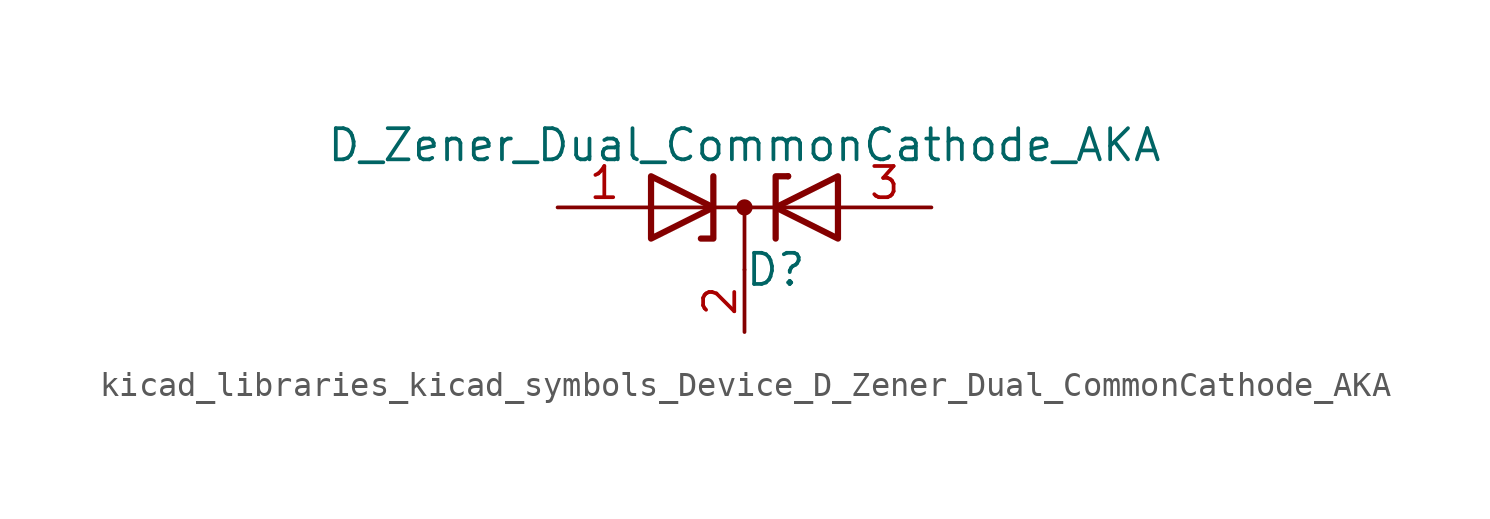
<source format=kicad_sym>
(kicad_symbol_lib
  (version 20220914)
  (generator kicad_symbol_editor)
  (symbol "kicad_libraries_kicad_symbols_Device_D_Zener_Dual_CommonCathode_AKA"
    (pin_names
      (offset 0.762) hide)
    (property "Reference" "D"
      (at 1.27 -2.54 0)
      (effects (font (size 1.27 1.27))))
    (property "Value" "D_Zener_Dual_CommonCathode_AKA"
      (at 0 2.54 0)
      (effects (font (size 1.27 1.27))))
    (symbol "kicad_libraries_kicad_symbols_Device_D_Zener_Dual_CommonCathode_AKA_0_1"
      (polyline (pts (xy 0 0) (xy 0 -2.54)) (stroke (width 0) (type default)) (fill (type none)))
      (polyline (pts (xy 1.778 1.27) (xy 1.778 1.27)) (stroke (width 0.254) (type default)) (fill (type none)))
      (polyline (pts (xy 3.81 0) (xy -3.81 0)) (stroke (width 0) (type default)) (fill (type none)))
      (polyline (pts (xy -1.778 -1.27) (xy -1.27 -1.27) (xy -1.27 1.27)) (stroke (width 0.254) (type default)) (fill (type none)))
      (polyline (pts (xy 1.27 -1.27) (xy 1.27 1.27) (xy 1.778 1.27)) (stroke (width 0.254) (type default)) (fill (type none)))
      (polyline (pts (xy -3.81 1.27) (xy -1.27 0) (xy -3.81 -1.27) (xy -3.81 1.27) (xy -3.81 1.27) (xy -3.81 1.27)) (stroke (width 0.254) (type default)) (fill (type none)))
      (polyline (pts (xy 3.81 -1.27) (xy 1.27 0) (xy 3.81 1.27) (xy 3.81 -1.27) (xy 3.81 -1.27) (xy 3.81 -1.27)) (stroke (width 0.254) (type default)) (fill (type none)))
      (circle (center 0 0) (radius 0.254) (stroke (width 0) (type default)) (fill (type outline)))
      (pin passive line (at -7.62 0 0) (length 3.81) (name "A" (effects (font (size 1.27 1.27)))) (number "1" (effects (font (size 1.27 1.27)))))
      (pin passive line (at 0 -5.08 90) (length 2.54) (name "K" (effects (font (size 1.27 1.27)))) (number "2" (effects (font (size 1.27 1.27)))))
      (pin passive line (at 7.62 0 180) (length 3.81) (name "A" (effects (font (size 1.27 1.27)))) (number "3" (effects (font (size 1.27 1.27))))))))
</source>
